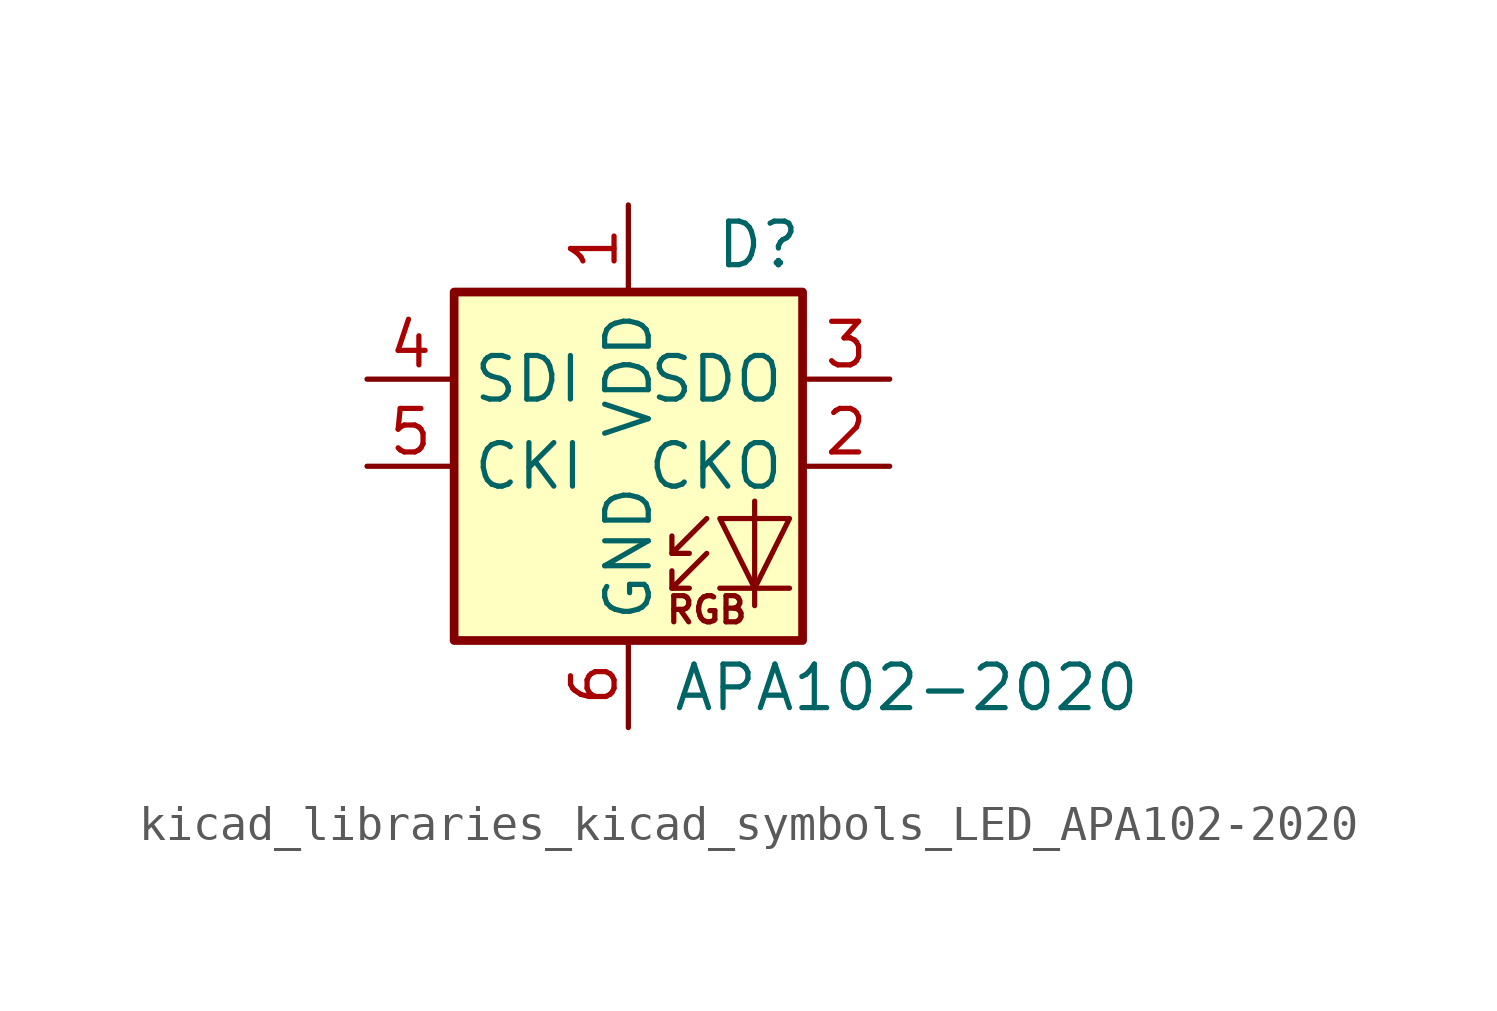
<source format=kicad_sym>
(kicad_symbol_lib
  (version 20220914)
  (generator kicad_symbol_editor)
  (symbol "kicad_libraries_kicad_symbols_LED_APA102-2020"
    (property "Reference" "D"
      (at 5.08 5.715 0)
      (effects (font (size 1.27 1.27)) (justify right bottom)))
    (property "Value" "APA102-2020"
      (at 1.27 -5.715 0)
      (effects (font (size 1.27 1.27)) (justify left top)))
    (symbol "kicad_libraries_kicad_symbols_LED_APA102-2020_0_0"
      (text "RGB" (at 2.286 -4.191 0) (effects (font (size 0.762 0.762)))))
    (symbol "kicad_libraries_kicad_symbols_LED_APA102-2020_0_1"
      (polyline (pts (xy 1.27 -3.556) (xy 1.778 -3.556)) (stroke (width 0) (type default)) (fill (type none)))
      (polyline (pts (xy 1.27 -2.54) (xy 1.778 -2.54)) (stroke (width 0) (type default)) (fill (type none)))
      (polyline (pts (xy 4.699 -3.556) (xy 2.667 -3.556)) (stroke (width 0) (type default)) (fill (type none)))
      (polyline (pts (xy 2.286 -2.54) (xy 1.27 -3.556) (xy 1.27 -3.048)) (stroke (width 0) (type default)) (fill (type none)))
      (polyline (pts (xy 2.286 -1.524) (xy 1.27 -2.54) (xy 1.27 -2.032)) (stroke (width 0) (type default)) (fill (type none)))
      (polyline (pts (xy 3.683 -1.016) (xy 3.683 -3.556) (xy 3.683 -4.064)) (stroke (width 0) (type default)) (fill (type none)))
      (polyline (pts (xy 4.699 -1.524) (xy 2.667 -1.524) (xy 3.683 -3.556) (xy 4.699 -1.524)) (stroke (width 0) (type default)) (fill (type none)))
      (rectangle (start 5.08 5.08) (end -5.08 -5.08) (stroke (width 0.254) (type default)) (fill (type background))))
    (symbol "kicad_libraries_kicad_symbols_LED_APA102-2020_1_1"
      (pin power_in line (at 0 7.62 270) (length 2.54) (name "VDD" (effects (font (size 1.27 1.27)))) (number "1" (effects (font (size 1.27 1.27)))))
      (pin output line (at 7.62 0 180) (length 2.54) (name "CKO" (effects (font (size 1.27 1.27)))) (number "2" (effects (font (size 1.27 1.27)))))
      (pin output line (at 7.62 2.54 180) (length 2.54) (name "SDO" (effects (font (size 1.27 1.27)))) (number "3" (effects (font (size 1.27 1.27)))))
      (pin input line (at -7.62 2.54 0) (length 2.54) (name "SDI" (effects (font (size 1.27 1.27)))) (number "4" (effects (font (size 1.27 1.27)))))
      (pin input line (at -7.62 0 0) (length 2.54) (name "CKI" (effects (font (size 1.27 1.27)))) (number "5" (effects (font (size 1.27 1.27)))))
      (pin power_in line (at 0 -7.62 90) (length 2.54) (name "GND" (effects (font (size 1.27 1.27)))) (number "6" (effects (font (size 1.27 1.27))))))))
</source>
